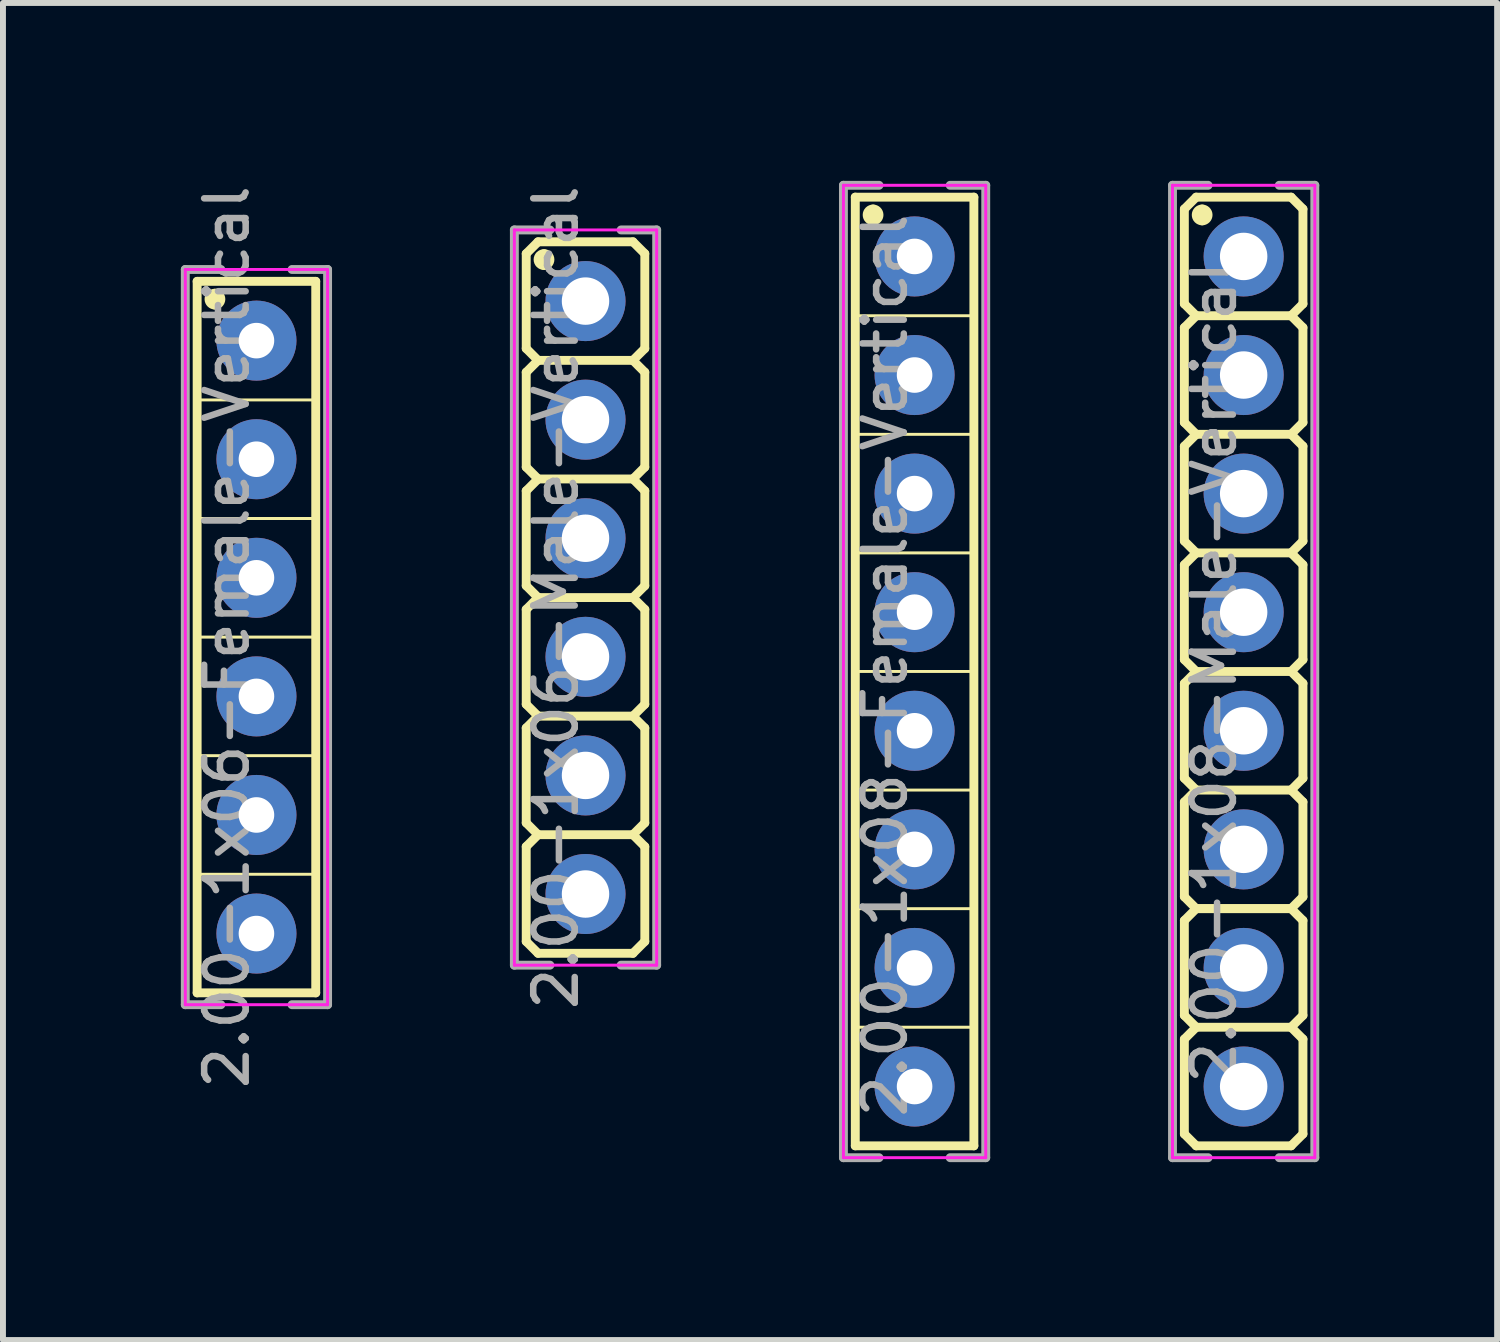
<source format=kicad_pcb>
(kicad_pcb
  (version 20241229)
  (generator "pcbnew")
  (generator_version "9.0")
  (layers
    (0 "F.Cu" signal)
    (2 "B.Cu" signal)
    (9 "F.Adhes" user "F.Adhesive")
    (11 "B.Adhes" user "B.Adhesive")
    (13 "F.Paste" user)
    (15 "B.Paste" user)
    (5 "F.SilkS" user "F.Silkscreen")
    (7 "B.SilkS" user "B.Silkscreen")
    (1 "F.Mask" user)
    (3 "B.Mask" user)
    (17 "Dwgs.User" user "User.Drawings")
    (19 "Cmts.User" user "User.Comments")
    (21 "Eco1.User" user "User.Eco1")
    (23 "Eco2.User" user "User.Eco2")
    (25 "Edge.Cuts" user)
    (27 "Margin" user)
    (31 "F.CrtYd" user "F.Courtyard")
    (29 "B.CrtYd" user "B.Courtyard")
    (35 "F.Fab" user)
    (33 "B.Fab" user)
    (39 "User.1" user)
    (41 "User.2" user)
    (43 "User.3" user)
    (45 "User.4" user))
  (footprint "2.00-1x08-Male-Vertical"
    (layer "F.Cu")
    (at 17.925 8.275)
    (property "Reference" "2.00-1x08-Male-Vertical" (at -0.5 0 90) (layer "F.Fab") (effects (font (size 0.7 0.7) (thickness 0.11))))
    (attr through_hole)
    (fp_line (start -1 -7.8) (end -0.8 -8) (stroke (width 0.15) (type solid)) (layer "F.SilkS"))
    (fp_line (start -1 -6.2) (end -1 -7.8) (stroke (width 0.15) (type solid)) (layer "F.SilkS"))
    (fp_line (start -1 -5.8) (end -0.8 -6) (stroke (width 0.15) (type solid)) (layer "F.SilkS"))
    (fp_line (start -1 -4.2) (end -1 -5.8) (stroke (width 0.15) (type solid)) (layer "F.SilkS"))
    (fp_line (start -1 -3.8) (end -0.8 -4) (stroke (width 0.15) (type solid)) (layer "F.SilkS"))
    (fp_line (start -1 -2.2) (end -1 -3.8) (stroke (width 0.15) (type solid)) (layer "F.SilkS"))
    (fp_line (start -1 -1.8) (end -0.8 -2) (stroke (width 0.15) (type solid)) (layer "F.SilkS"))
    (fp_line (start -1 -0.2) (end -1 -1.8) (stroke (width 0.15) (type solid)) (layer "F.SilkS"))
    (fp_line (start -1 0.2) (end -0.8 0) (stroke (width 0.15) (type solid)) (layer "F.SilkS"))
    (fp_line (start -1 1.8) (end -1 0.2) (stroke (width 0.15) (type solid)) (layer "F.SilkS"))
    (fp_line (start -1 2.2) (end -0.8 2) (stroke (width 0.15) (type solid)) (layer "F.SilkS"))
    (fp_line (start -1 3.8) (end -1 2.2) (stroke (width 0.15) (type solid)) (layer "F.SilkS"))
    (fp_line (start -1 4.2) (end -0.8 4) (stroke (width 0.15) (type solid)) (layer "F.SilkS"))
    (fp_line (start -1 5.8) (end -1 4.2) (stroke (width 0.15) (type solid)) (layer "F.SilkS"))
    (fp_line (start -1 6.2) (end -0.8 6) (stroke (width 0.15) (type solid)) (layer "F.SilkS"))
    (fp_line (start -1 7.8) (end -1 6.2) (stroke (width 0.15) (type solid)) (layer "F.SilkS"))
    (fp_line (start -0.8 -6) (end -1 -6.2) (stroke (width 0.15) (type solid)) (layer "F.SilkS"))
    (fp_line (start -0.8 -6) (end 0.8 -6) (stroke (width 0.15) (type solid)) (layer "F.SilkS"))
    (fp_line (start -0.8 -4) (end -1 -4.2) (stroke (width 0.15) (type solid)) (layer "F.SilkS"))
    (fp_line (start -0.8 -2) (end -1 -2.2) (stroke (width 0.15) (type solid)) (layer "F.SilkS"))
    (fp_line (start -0.8 -2) (end 0.8 -2) (stroke (width 0.15) (type solid)) (layer "F.SilkS"))
    (fp_line (start -0.8 0) (end -1 -0.2) (stroke (width 0.15) (type solid)) (layer "F.SilkS"))
    (fp_line (start -0.8 2) (end -1 1.8) (stroke (width 0.15) (type solid)) (layer "F.SilkS"))
    (fp_line (start -0.8 2) (end 0.8 2) (stroke (width 0.15) (type solid)) (layer "F.SilkS"))
    (fp_line (start -0.8 4) (end -1 3.8) (stroke (width 0.15) (type solid)) (layer "F.SilkS"))
    (fp_line (start -0.8 6) (end -1 5.8) (stroke (width 0.15) (type solid)) (layer "F.SilkS"))
    (fp_line (start -0.8 6) (end 0.8 6) (stroke (width 0.15) (type solid)) (layer "F.SilkS"))
    (fp_line (start -0.8 8) (end -1 7.8) (stroke (width 0.15) (type solid)) (layer "F.SilkS"))
    (fp_line (start -0.7 -7.8) (end -0.7 -7.6) (stroke (width 0.15) (type solid)) (layer "F.SilkS"))
    (fp_line (start 0.8 -8) (end -0.8 -8) (stroke (width 0.15) (type solid)) (layer "F.SilkS"))
    (fp_line (start 0.8 -6) (end 1 -6.2) (stroke (width 0.15) (type solid)) (layer "F.SilkS"))
    (fp_line (start 0.8 -6) (end 1 -5.8) (stroke (width 0.15) (type solid)) (layer "F.SilkS"))
    (fp_line (start 0.8 -4) (end -0.8 -4) (stroke (width 0.15) (type solid)) (layer "F.SilkS"))
    (fp_line (start 0.8 -2) (end 1 -2.2) (stroke (width 0.15) (type solid)) (layer "F.SilkS"))
    (fp_line (start 0.8 -2) (end 1 -1.8) (stroke (width 0.15) (type solid)) (layer "F.SilkS"))
    (fp_line (start 0.8 0) (end -0.8 0) (stroke (width 0.15) (type solid)) (layer "F.SilkS"))
    (fp_line (start 0.8 2) (end 1 1.8) (stroke (width 0.15) (type solid)) (layer "F.SilkS"))
    (fp_line (start 0.8 2) (end 1 2.2) (stroke (width 0.15) (type solid)) (layer "F.SilkS"))
    (fp_line (start 0.8 4) (end -0.8 4) (stroke (width 0.15) (type solid)) (layer "F.SilkS"))
    (fp_line (start 0.8 4) (end -0.8 4) (stroke (width 0.15) (type solid)) (layer "F.SilkS"))
    (fp_line (start 0.8 6) (end 1 5.8) (stroke (width 0.15) (type solid)) (layer "F.SilkS"))
    (fp_line (start 0.8 6) (end 1 6.2) (stroke (width 0.15) (type solid)) (layer "F.SilkS"))
    (fp_line (start 0.8 8) (end -0.8 8) (stroke (width 0.15) (type solid)) (layer "F.SilkS"))
    (fp_line (start 1 -7.8) (end 0.8 -8) (stroke (width 0.15) (type solid)) (layer "F.SilkS"))
    (fp_line (start 1 -6.2) (end 1 -7.8) (stroke (width 0.15) (type solid)) (layer "F.SilkS"))
    (fp_line (start 1 -5.8) (end 1 -4.2) (stroke (width 0.15) (type solid)) (layer "F.SilkS"))
    (fp_line (start 1 -4.2) (end 0.8 -4) (stroke (width 0.15) (type solid)) (layer "F.SilkS"))
    (fp_line (start 1 -3.8) (end 0.8 -4) (stroke (width 0.15) (type solid)) (layer "F.SilkS"))
    (fp_line (start 1 -2.2) (end 1 -3.8) (stroke (width 0.15) (type solid)) (layer "F.SilkS"))
    (fp_line (start 1 -1.8) (end 1 -0.2) (stroke (width 0.15) (type solid)) (layer "F.SilkS"))
    (fp_line (start 1 -0.2) (end 0.8 0) (stroke (width 0.15) (type solid)) (layer "F.SilkS"))
    (fp_line (start 1 0.2) (end 0.8 0) (stroke (width 0.15) (type solid)) (layer "F.SilkS"))
    (fp_line (start 1 1.8) (end 1 0.2) (stroke (width 0.15) (type solid)) (layer "F.SilkS"))
    (fp_line (start 1 2.2) (end 1 3.8) (stroke (width 0.15) (type solid)) (layer "F.SilkS"))
    (fp_line (start 1 3.8) (end 0.8 4) (stroke (width 0.15) (type solid)) (layer "F.SilkS"))
    (fp_line (start 1 4.2) (end 0.8 4) (stroke (width 0.15) (type solid)) (layer "F.SilkS"))
    (fp_line (start 1 5.8) (end 1 4.2) (stroke (width 0.15) (type solid)) (layer "F.SilkS"))
    (fp_line (start 1 6.2) (end 1 7.8) (stroke (width 0.15) (type solid)) (layer "F.SilkS"))
    (fp_line (start 1 7.8) (end 0.8 8) (stroke (width 0.15) (type solid)) (layer "F.SilkS"))
    (fp_circle (center -0.7 -7.7) (end -0.6 -7.7) (stroke (width 0.15) (type solid)) (fill no) (layer "F.SilkS"))
    (fp_line (start -1.2 -8.2) (end 1.2 -8.2) (stroke (width 0.05) (type solid)) (layer "F.CrtYd"))
    (fp_line (start -1.2 8.2) (end -1.2 -8.2) (stroke (width 0.05) (type solid)) (layer "F.CrtYd"))
    (fp_line (start 1.2 -8.2) (end 1.2 8.2) (stroke (width 0.05) (type solid)) (layer "F.CrtYd"))
    (fp_line (start 1.2 8.2) (end -1.2 8.2) (stroke (width 0.05) (type solid)) (layer "F.CrtYd"))
    (fp_line (start -1.2 -8.2) (end -1.2 8.2) (stroke (width 0.15) (type solid)) (layer "F.Fab"))
    (fp_line (start -1.2 8.2) (end -0.6 8.2) (stroke (width 0.15) (type solid)) (layer "F.Fab"))
    (fp_line (start -0.6 -8.2) (end -1.2 -8.2) (stroke (width 0.15) (type solid)) (layer "F.Fab"))
    (fp_line (start 0.6 8.2) (end 1.2 8.2) (stroke (width 0.15) (type solid)) (layer "F.Fab"))
    (fp_line (start 1.2 -8.2) (end 0.6 -8.2) (stroke (width 0.15) (type solid)) (layer "F.Fab"))
    (fp_line (start 1.2 8.2) (end 1.2 -8.2) (stroke (width 0.15) (type solid)) (layer "F.Fab"))
    (pad "1" thru_hole circle (at 0 -7) (size 1.35 1.35) (drill 0.8) (layers "*.Cu" "*.Mask"))
    (pad "2" thru_hole oval (at 0 -5) (size 1.35 1.35) (drill 0.8) (layers "*.Cu" "*.Mask"))
    (pad "3" thru_hole circle (at 0 -3) (size 1.35 1.35) (drill 0.8) (layers "*.Cu" "*.Mask"))
    (pad "4" thru_hole oval (at 0 -1) (size 1.35 1.35) (drill 0.8) (layers "*.Cu" "*.Mask"))
    (pad "5" thru_hole circle (at 0 1) (size 1.35 1.35) (drill 0.8) (layers "*.Cu" "*.Mask"))
    (pad "6" thru_hole oval (at 0 3) (size 1.35 1.35) (drill 0.8) (layers "*.Cu" "*.Mask"))
    (pad "7" thru_hole circle (at 0 5) (size 1.35 1.35) (drill 0.8) (layers "*.Cu" "*.Mask"))
    (pad "8" thru_hole oval (at 0 7) (size 1.35 1.35) (drill 0.8) (layers "*.Cu" "*.Mask")))
  (footprint "2.00-1x06-Male-Vertical"
    (layer "F.Cu")
    (at 6.825 7.028)
    (property "Reference" "2.00-1x06-Male-Vertical" (at -0.5 0 90) (layer "F.Fab") (effects (font (size 0.7 0.7) (thickness 0.11))))
    (attr through_hole)
    (fp_line (start -1 -5.8) (end -0.8 -6) (stroke (width 0.15) (type solid)) (layer "F.SilkS"))
    (fp_line (start -1 -4.2) (end -1 -5.8) (stroke (width 0.15) (type solid)) (layer "F.SilkS"))
    (fp_line (start -1 -3.8) (end -0.8 -4) (stroke (width 0.15) (type solid)) (layer "F.SilkS"))
    (fp_line (start -1 -2.2) (end -1 -3.8) (stroke (width 0.15) (type solid)) (layer "F.SilkS"))
    (fp_line (start -1 -1.8) (end -0.8 -2) (stroke (width 0.15) (type solid)) (layer "F.SilkS"))
    (fp_line (start -1 -0.2) (end -1 -1.8) (stroke (width 0.15) (type solid)) (layer "F.SilkS"))
    (fp_line (start -1 0.2) (end -0.8 0) (stroke (width 0.15) (type solid)) (layer "F.SilkS"))
    (fp_line (start -1 1.8) (end -1 0.2) (stroke (width 0.15) (type solid)) (layer "F.SilkS"))
    (fp_line (start -1 2.2) (end -0.8 2) (stroke (width 0.15) (type solid)) (layer "F.SilkS"))
    (fp_line (start -1 3.8) (end -1 2.2) (stroke (width 0.15) (type solid)) (layer "F.SilkS"))
    (fp_line (start -1 4.2) (end -0.8 4) (stroke (width 0.15) (type solid)) (layer "F.SilkS"))
    (fp_line (start -1 5.8) (end -1 4.2) (stroke (width 0.15) (type solid)) (layer "F.SilkS"))
    (fp_line (start -0.8 -4) (end -1 -4.2) (stroke (width 0.15) (type solid)) (layer "F.SilkS"))
    (fp_line (start -0.8 -4) (end 0.8 -4) (stroke (width 0.15) (type solid)) (layer "F.SilkS"))
    (fp_line (start -0.8 -2) (end -1 -2.2) (stroke (width 0.15) (type solid)) (layer "F.SilkS"))
    (fp_line (start -0.8 0) (end -1 -0.2) (stroke (width 0.15) (type solid)) (layer "F.SilkS"))
    (fp_line (start -0.8 0) (end 0.8 0) (stroke (width 0.15) (type solid)) (layer "F.SilkS"))
    (fp_line (start -0.8 2) (end -1 1.8) (stroke (width 0.15) (type solid)) (layer "F.SilkS"))
    (fp_line (start -0.8 4) (end -1 3.8) (stroke (width 0.15) (type solid)) (layer "F.SilkS"))
    (fp_line (start -0.8 4) (end 0.8 4) (stroke (width 0.15) (type solid)) (layer "F.SilkS"))
    (fp_line (start -0.8 6) (end -1 5.8) (stroke (width 0.15) (type solid)) (layer "F.SilkS"))
    (fp_line (start -0.7 -5.8) (end -0.7 -5.6) (stroke (width 0.15) (type solid)) (layer "F.SilkS"))
    (fp_line (start 0.8 -6) (end -0.8 -6) (stroke (width 0.15) (type solid)) (layer "F.SilkS"))
    (fp_line (start 0.8 -4) (end 1 -4.2) (stroke (width 0.15) (type solid)) (layer "F.SilkS"))
    (fp_line (start 0.8 -4) (end 1 -3.8) (stroke (width 0.15) (type solid)) (layer "F.SilkS"))
    (fp_line (start 0.8 -2) (end -0.8 -2) (stroke (width 0.15) (type solid)) (layer "F.SilkS"))
    (fp_line (start 0.8 0) (end 1 -0.2) (stroke (width 0.15) (type solid)) (layer "F.SilkS"))
    (fp_line (start 0.8 0) (end 1 0.2) (stroke (width 0.15) (type solid)) (layer "F.SilkS"))
    (fp_line (start 0.8 2) (end -0.8 2) (stroke (width 0.15) (type solid)) (layer "F.SilkS"))
    (fp_line (start 0.8 4) (end 1 3.8) (stroke (width 0.15) (type solid)) (layer "F.SilkS"))
    (fp_line (start 0.8 4) (end 1 4.2) (stroke (width 0.15) (type solid)) (layer "F.SilkS"))
    (fp_line (start 0.8 6) (end -0.8 6) (stroke (width 0.15) (type solid)) (layer "F.SilkS"))
    (fp_line (start 1 -5.8) (end 0.8 -6) (stroke (width 0.15) (type solid)) (layer "F.SilkS"))
    (fp_line (start 1 -4.2) (end 1 -5.8) (stroke (width 0.15) (type solid)) (layer "F.SilkS"))
    (fp_line (start 1 -3.8) (end 1 -2.2) (stroke (width 0.15) (type solid)) (layer "F.SilkS"))
    (fp_line (start 1 -2.2) (end 0.8 -2) (stroke (width 0.15) (type solid)) (layer "F.SilkS"))
    (fp_line (start 1 -1.8) (end 0.8 -2) (stroke (width 0.15) (type solid)) (layer "F.SilkS"))
    (fp_line (start 1 -0.2) (end 1 -1.8) (stroke (width 0.15) (type solid)) (layer "F.SilkS"))
    (fp_line (start 1 0.2) (end 1 1.8) (stroke (width 0.15) (type solid)) (layer "F.SilkS"))
    (fp_line (start 1 1.8) (end 0.8 2) (stroke (width 0.15) (type solid)) (layer "F.SilkS"))
    (fp_line (start 1 2.2) (end 0.8 2) (stroke (width 0.15) (type solid)) (layer "F.SilkS"))
    (fp_line (start 1 3.8) (end 1 2.2) (stroke (width 0.15) (type solid)) (layer "F.SilkS"))
    (fp_line (start 1 4.2) (end 1 5.8) (stroke (width 0.15) (type solid)) (layer "F.SilkS"))
    (fp_line (start 1 5.8) (end 0.8 6) (stroke (width 0.15) (type solid)) (layer "F.SilkS"))
    (fp_circle (center -0.7 -5.7) (end -0.6 -5.7) (stroke (width 0.15) (type solid)) (fill no) (layer "F.SilkS"))
    (fp_line (start -1.2 -6.2) (end 1.2 -6.2) (stroke (width 0.05) (type solid)) (layer "F.CrtYd"))
    (fp_line (start -1.2 6.2) (end -1.2 -6.2) (stroke (width 0.05) (type solid)) (layer "F.CrtYd"))
    (fp_line (start 1.2 -6.2) (end 1.2 6.2) (stroke (width 0.05) (type solid)) (layer "F.CrtYd"))
    (fp_line (start 1.2 6.2) (end -1.2 6.2) (stroke (width 0.05) (type solid)) (layer "F.CrtYd"))
    (fp_line (start -1.2 -6.2) (end -1.2 6.2) (stroke (width 0.15) (type solid)) (layer "F.Fab"))
    (fp_line (start -1.2 6.2) (end -0.6 6.2) (stroke (width 0.15) (type solid)) (layer "F.Fab"))
    (fp_line (start -0.6 -6.2) (end -1.2 -6.2) (stroke (width 0.15) (type solid)) (layer "F.Fab"))
    (fp_line (start 0.6 6.2) (end 1.2 6.2) (stroke (width 0.15) (type solid)) (layer "F.Fab"))
    (fp_line (start 1.2 -6.2) (end 0.6 -6.2) (stroke (width 0.15) (type solid)) (layer "F.Fab"))
    (fp_line (start 1.2 6.2) (end 1.2 -6.2) (stroke (width 0.15) (type solid)) (layer "F.Fab"))
    (pad "1" thru_hole circle (at 0 -5) (size 1.35 1.35) (drill 0.8) (layers "*.Cu" "*.Mask"))
    (pad "2" thru_hole oval (at 0 -3) (size 1.35 1.35) (drill 0.8) (layers "*.Cu" "*.Mask"))
    (pad "3" thru_hole circle (at 0 -1) (size 1.35 1.35) (drill 0.8) (layers "*.Cu" "*.Mask"))
    (pad "4" thru_hole oval (at 0 1) (size 1.35 1.35) (drill 0.8) (layers "*.Cu" "*.Mask"))
    (pad "5" thru_hole circle (at 0 3) (size 1.35 1.35) (drill 0.8) (layers "*.Cu" "*.Mask"))
    (pad "6" thru_hole oval (at 0 5) (size 1.35 1.35) (drill 0.8) (layers "*.Cu" "*.Mask")))
  (footprint "2.00-1x06-Female-Vertical"
    (layer "F.Cu")
    (at 1.275 7.695)
    (property "Reference" "2.00-1x06-Female-Vertical" (at -0.5 0 90) (layer "F.Fab") (effects (font (size 0.7 0.7) (thickness 0.11))))
    (attr through_hole)
    (fp_line (start -1 -6) (end -1 6) (stroke (width 0.15) (type solid)) (layer "F.SilkS"))
    (fp_line (start -1 -4) (end 1 -4) (stroke (width 0.05) (type solid)) (layer "F.SilkS"))
    (fp_line (start -1 -2) (end 1 -2) (stroke (width 0.05) (type solid)) (layer "F.SilkS"))
    (fp_line (start -1 0) (end 1 0) (stroke (width 0.05) (type solid)) (layer "F.SilkS"))
    (fp_line (start -1 2) (end 1 2) (stroke (width 0.05) (type solid)) (layer "F.SilkS"))
    (fp_line (start -1 4) (end 1 4) (stroke (width 0.05) (type solid)) (layer "F.SilkS"))
    (fp_line (start -1 6) (end 1 6) (stroke (width 0.15) (type solid)) (layer "F.SilkS"))
    (fp_line (start -0.7 -5.8) (end -0.7 -5.6) (stroke (width 0.15) (type solid)) (layer "F.SilkS"))
    (fp_line (start 1 -6) (end -1 -6) (stroke (width 0.15) (type solid)) (layer "F.SilkS"))
    (fp_line (start 1 -6) (end 1 6) (stroke (width 0.15) (type solid)) (layer "F.SilkS"))
    (fp_circle (center -0.7 -5.7) (end -0.6 -5.7) (stroke (width 0.15) (type solid)) (fill no) (layer "F.SilkS"))
    (fp_line (start -1.2 -6.2) (end 1.2 -6.2) (stroke (width 0.05) (type solid)) (layer "F.CrtYd"))
    (fp_line (start -1.2 6.2) (end -1.2 -6.2) (stroke (width 0.05) (type solid)) (layer "F.CrtYd"))
    (fp_line (start 1.2 -6.2) (end 1.2 6.2) (stroke (width 0.05) (type solid)) (layer "F.CrtYd"))
    (fp_line (start 1.2 6.2) (end -1.2 6.2) (stroke (width 0.05) (type solid)) (layer "F.CrtYd"))
    (fp_line (start -1.2 -6.2) (end -1.2 6.2) (stroke (width 0.15) (type solid)) (layer "F.Fab"))
    (fp_line (start -1.2 6.2) (end -0.6 6.2) (stroke (width 0.15) (type solid)) (layer "F.Fab"))
    (fp_line (start -0.6 -6.2) (end -1.2 -6.2) (stroke (width 0.15) (type solid)) (layer "F.Fab"))
    (fp_line (start 0.6 6.2) (end 1.2 6.2) (stroke (width 0.15) (type solid)) (layer "F.Fab"))
    (fp_line (start 1.2 -6.2) (end 0.6 -6.2) (stroke (width 0.15) (type solid)) (layer "F.Fab"))
    (fp_line (start 1.2 6.2) (end 1.2 -6.2) (stroke (width 0.15) (type solid)) (layer "F.Fab"))
    (pad "1" thru_hole circle (at 0 -5) (size 1.35 1.35) (drill 0.6) (layers "*.Cu" "*.Mask"))
    (pad "2" thru_hole oval (at 0 -3) (size 1.35 1.35) (drill 0.6) (layers "*.Cu" "*.Mask"))
    (pad "3" thru_hole oval (at 0 -1) (size 1.35 1.35) (drill 0.6) (layers "*.Cu" "*.Mask"))
    (pad "4" thru_hole oval (at 0 1) (size 1.35 1.35) (drill 0.6) (layers "*.Cu" "*.Mask"))
    (pad "5" thru_hole oval (at 0 3) (size 1.35 1.35) (drill 0.6) (layers "*.Cu" "*.Mask"))
    (pad "6" thru_hole oval (at 0 5) (size 1.35 1.35) (drill 0.6) (layers "*.Cu" "*.Mask")))
  (footprint "2.00-1x08-Female-Vertical"
    (layer "F.Cu")
    (at 12.375 8.275)
    (property "Reference" "2.00-1x08-Female-Vertical" (at -0.5 -0.1 90) (layer "F.Fab") (effects (font (size 0.7 0.7) (thickness 0.11))))
    (attr through_hole)
    (fp_line (start -1 -8) (end -1 8) (stroke (width 0.15) (type solid)) (layer "F.SilkS"))
    (fp_line (start -1 -6) (end 1 -6) (stroke (width 0.05) (type solid)) (layer "F.SilkS"))
    (fp_line (start -1 -4) (end 1 -4) (stroke (width 0.05) (type solid)) (layer "F.SilkS"))
    (fp_line (start -1 -2) (end 1 -2) (stroke (width 0.05) (type solid)) (layer "F.SilkS"))
    (fp_line (start -1 0) (end 1 0) (stroke (width 0.05) (type solid)) (layer "F.SilkS"))
    (fp_line (start -1 2) (end 1 2) (stroke (width 0.05) (type solid)) (layer "F.SilkS"))
    (fp_line (start -1 4) (end 1 4) (stroke (width 0.05) (type solid)) (layer "F.SilkS"))
    (fp_line (start -1 6) (end 1 6) (stroke (width 0.05) (type solid)) (layer "F.SilkS"))
    (fp_line (start -1 8) (end 1 8) (stroke (width 0.15) (type solid)) (layer "F.SilkS"))
    (fp_line (start -0.7 -7.8) (end -0.7 -7.6) (stroke (width 0.15) (type solid)) (layer "F.SilkS"))
    (fp_line (start 1 -8) (end -1 -8) (stroke (width 0.15) (type solid)) (layer "F.SilkS"))
    (fp_line (start 1 -4) (end 1 -4.2) (stroke (width 0.05) (type solid)) (layer "F.SilkS"))
    (fp_line (start 1 8) (end 1 -8) (stroke (width 0.15) (type solid)) (layer "F.SilkS"))
    (fp_circle (center -0.7 -7.7) (end -0.6 -7.7) (stroke (width 0.15) (type solid)) (fill no) (layer "F.SilkS"))
    (fp_line (start -1.2 -8.2) (end 1.2 -8.2) (stroke (width 0.05) (type solid)) (layer "F.CrtYd"))
    (fp_line (start -1.2 8.2) (end -1.2 -8.2) (stroke (width 0.05) (type solid)) (layer "F.CrtYd"))
    (fp_line (start 1.2 -8.2) (end 1.2 8.2) (stroke (width 0.05) (type solid)) (layer "F.CrtYd"))
    (fp_line (start 1.2 8.2) (end -1.2 8.2) (stroke (width 0.05) (type solid)) (layer "F.CrtYd"))
    (fp_line (start -1.2 -8.2) (end -1.2 8.2) (stroke (width 0.15) (type solid)) (layer "F.Fab"))
    (fp_line (start -1.2 8.2) (end -0.6 8.2) (stroke (width 0.15) (type solid)) (layer "F.Fab"))
    (fp_line (start -0.6 -8.2) (end -1.2 -8.2) (stroke (width 0.15) (type solid)) (layer "F.Fab"))
    (fp_line (start 0.6 8.2) (end 1.2 8.2) (stroke (width 0.15) (type solid)) (layer "F.Fab"))
    (fp_line (start 1.2 -8.2) (end 0.6 -8.2) (stroke (width 0.15) (type solid)) (layer "F.Fab"))
    (fp_line (start 1.2 8.2) (end 1.2 -8.2) (stroke (width 0.15) (type solid)) (layer "F.Fab"))
    (pad "1" thru_hole circle (at 0 -7) (size 1.35 1.35) (drill 0.6) (layers "*.Cu" "*.Mask"))
    (pad "2" thru_hole oval (at 0 -5) (size 1.35 1.35) (drill 0.6) (layers "*.Cu" "*.Mask"))
    (pad "3" thru_hole oval (at 0 -3) (size 1.35 1.35) (drill 0.6) (layers "*.Cu" "*.Mask"))
    (pad "4" thru_hole oval (at 0 -1) (size 1.35 1.35) (drill 0.6) (layers "*.Cu" "*.Mask"))
    (pad "5" thru_hole oval (at 0 1) (size 1.35 1.35) (drill 0.6) (layers "*.Cu" "*.Mask"))
    (pad "6" thru_hole oval (at 0 3) (size 1.35 1.35) (drill 0.6) (layers "*.Cu" "*.Mask"))
    (pad "7" thru_hole oval (at 0 5) (size 1.35 1.35) (drill 0.6) (layers "*.Cu" "*.Mask"))
    (pad "8" thru_hole oval (at 0 7) (size 1.35 1.35) (drill 0.6) (layers "*.Cu" "*.Mask")))
  (gr_rect
    (start -3 -3)
    (end 22.2 19.55)
    (stroke (width 0.1) (type default))
    (fill no)
    (layer "Edge.Cuts")))
</source>
